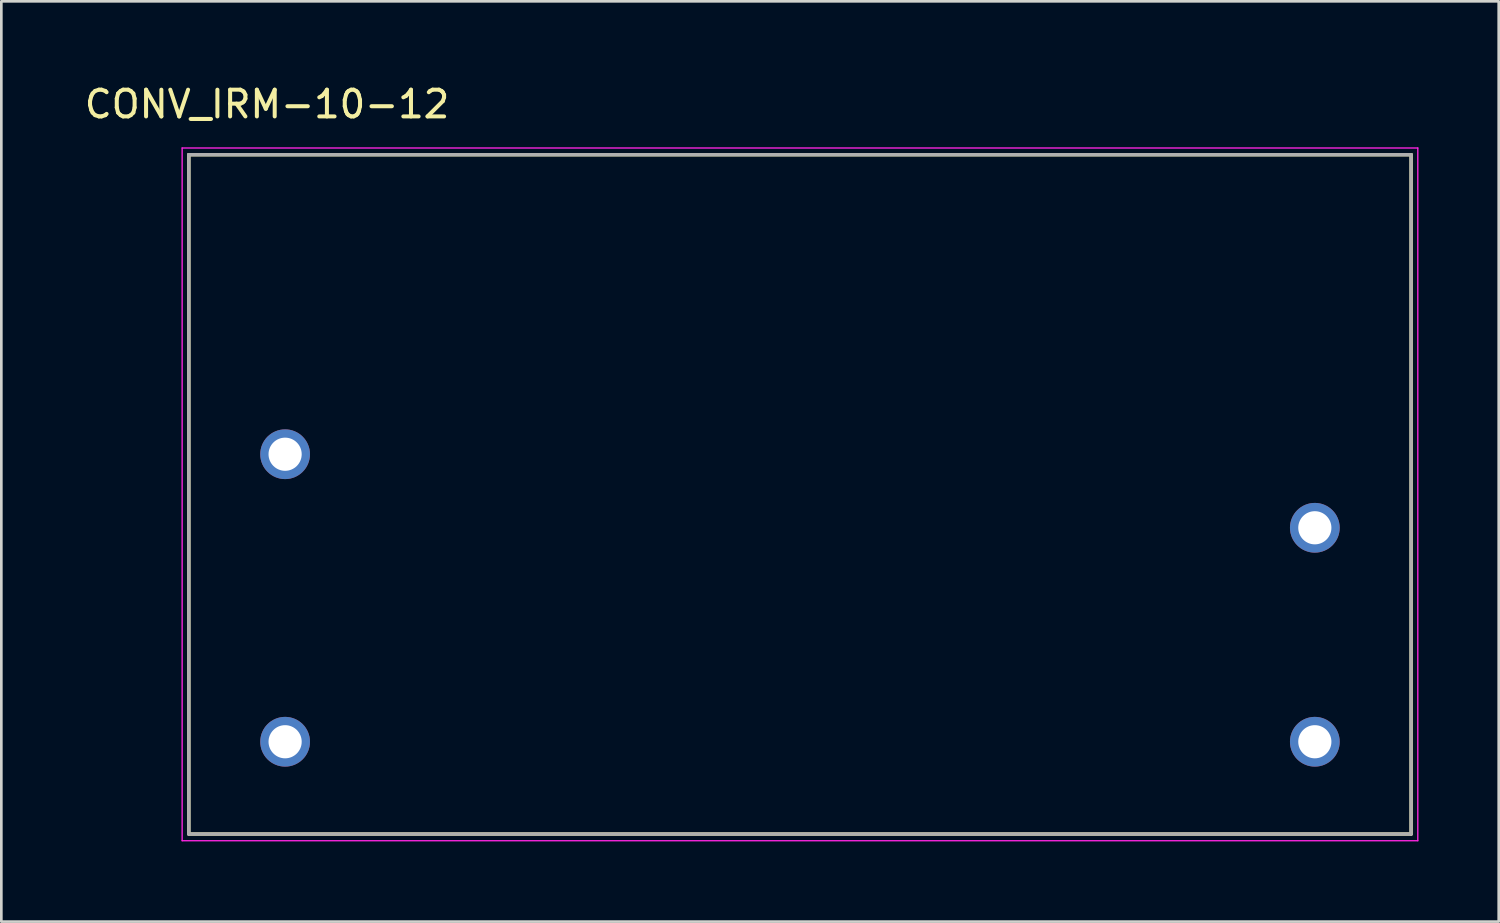
<source format=kicad_pcb>
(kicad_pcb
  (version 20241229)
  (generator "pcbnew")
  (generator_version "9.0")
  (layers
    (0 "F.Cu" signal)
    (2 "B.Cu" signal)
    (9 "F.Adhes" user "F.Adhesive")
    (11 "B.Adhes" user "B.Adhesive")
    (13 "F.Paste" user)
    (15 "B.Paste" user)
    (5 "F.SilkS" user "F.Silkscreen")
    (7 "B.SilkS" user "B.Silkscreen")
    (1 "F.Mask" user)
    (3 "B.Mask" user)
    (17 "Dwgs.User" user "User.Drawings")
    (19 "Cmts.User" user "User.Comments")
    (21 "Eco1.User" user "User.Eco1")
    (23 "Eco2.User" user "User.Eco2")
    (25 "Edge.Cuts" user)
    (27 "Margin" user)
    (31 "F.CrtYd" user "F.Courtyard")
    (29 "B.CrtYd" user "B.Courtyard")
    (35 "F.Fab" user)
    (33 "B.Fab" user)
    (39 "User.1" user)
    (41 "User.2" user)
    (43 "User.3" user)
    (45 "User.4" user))
  (footprint "CONV_IRM-10-12"
    (layer "F.Cu")
    (at 26.86 15.433)
    (property "Reference" "CONV_IRM-10-12" (at -19.925 -14.585 0) (layer "F.SilkS") (effects (font (size 1 1) (thickness 0.15))))
    (attr through_hole)
    (fp_line (start -22.85 -12.7) (end 22.85 -12.7) (stroke (width 0.127) (type solid)) (layer "F.SilkS"))
    (fp_line (start -22.85 12.7) (end -22.85 -12.7) (stroke (width 0.127) (type solid)) (layer "F.SilkS"))
    (fp_line (start 22.85 -12.7) (end 22.85 12.7) (stroke (width 0.127) (type solid)) (layer "F.SilkS"))
    (fp_line (start 22.85 12.7) (end -22.85 12.7) (stroke (width 0.127) (type solid)) (layer "F.SilkS"))
    (fp_line (start -23.1 -12.95) (end -23.1 12.95) (stroke (width 0.05) (type solid)) (layer "F.CrtYd"))
    (fp_line (start -23.1 12.95) (end 23.1 12.95) (stroke (width 0.05) (type solid)) (layer "F.CrtYd"))
    (fp_line (start 23.1 -12.95) (end -23.1 -12.95) (stroke (width 0.05) (type solid)) (layer "F.CrtYd"))
    (fp_line (start 23.1 12.95) (end 23.1 -12.95) (stroke (width 0.05) (type solid)) (layer "F.CrtYd"))
    (fp_line (start -22.85 -12.7) (end 22.85 -12.7) (stroke (width 0.127) (type solid)) (layer "F.Fab"))
    (fp_line (start -22.85 12.7) (end -22.85 -12.7) (stroke (width 0.127) (type solid)) (layer "F.Fab"))
    (fp_line (start 22.85 -12.7) (end 22.85 12.7) (stroke (width 0.127) (type solid)) (layer "F.Fab"))
    (fp_line (start 22.85 12.7) (end -22.85 12.7) (stroke (width 0.127) (type solid)) (layer "F.Fab"))
    (pad "+V" thru_hole circle (at 19.25 1.25) (size 1.86 1.86) (drill 1.24) (layers "*.Cu" "*.Mask"))
    (pad "-V" thru_hole circle (at 19.25 9.25) (size 1.86 1.86) (drill 1.24) (layers "*.Cu" "*.Mask"))
    (pad "AC_L" thru_hole circle (at -19.25 9.25) (size 1.86 1.86) (drill 1.24) (layers "*.Cu" "*.Mask"))
    (pad "AC_N" thru_hole circle (at -19.25 -1.5) (size 1.86 1.86) (drill 1.24) (layers "*.Cu" "*.Mask")))
  (gr_rect
    (start -3 -3)
    (end 52.985 31.408)
    (stroke (width 0.1) (type default))
    (fill no)
    (layer "Edge.Cuts")))
</source>
